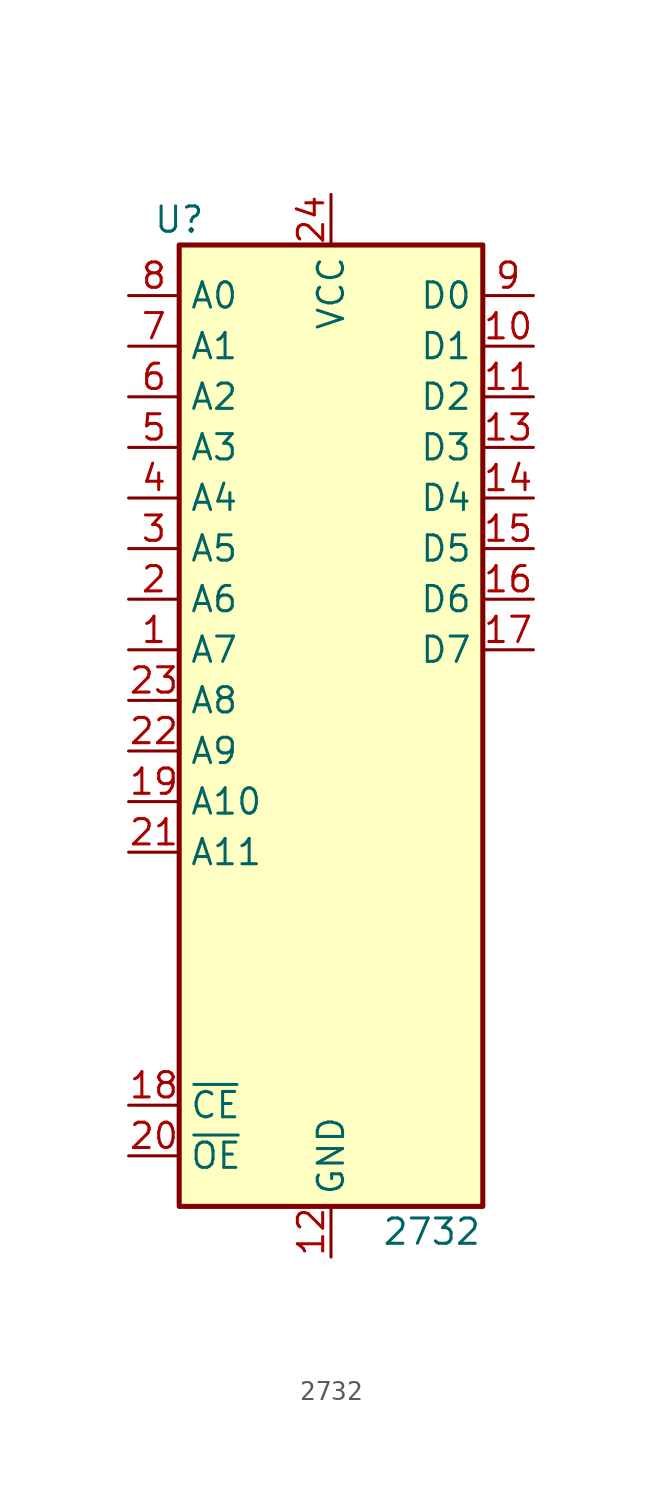
<source format=kicad_sym>
(kicad_symbol_lib
  (version 20220914)
  (generator kicad_symbol_editor)
  (symbol "2732"
    (property "Reference" "U"
      (at -7.62 24.13 0)
      (effects (font (size 1.27 1.27))))
    (property "Value" "2732"
      (at 2.54 -26.67 0)
      (effects (font (size 1.27 1.27)) (justify left)))
    (symbol "2732_1_1"
      (rectangle (start -7.62 22.86) (end 7.62 -25.4) (stroke (width 0.254) (type default)) (fill (type background)))
      (pin input line (at -10.16 2.54 0) (length 2.54) (name "A7" (effects (font (size 1.27 1.27)))) (number "1" (effects (font (size 1.27 1.27)))))
      (pin tri_state line (at 10.16 17.78 180) (length 2.54) (name "D1" (effects (font (size 1.27 1.27)))) (number "10" (effects (font (size 1.27 1.27)))))
      (pin tri_state line (at 10.16 15.24 180) (length 2.54) (name "D2" (effects (font (size 1.27 1.27)))) (number "11" (effects (font (size 1.27 1.27)))))
      (pin power_in line (at 0 -27.94 90) (length 2.54) (name "GND" (effects (font (size 1.27 1.27)))) (number "12" (effects (font (size 1.27 1.27)))))
      (pin tri_state line (at 10.16 12.7 180) (length 2.54) (name "D3" (effects (font (size 1.27 1.27)))) (number "13" (effects (font (size 1.27 1.27)))))
      (pin tri_state line (at 10.16 10.16 180) (length 2.54) (name "D4" (effects (font (size 1.27 1.27)))) (number "14" (effects (font (size 1.27 1.27)))))
      (pin tri_state line (at 10.16 7.62 180) (length 2.54) (name "D5" (effects (font (size 1.27 1.27)))) (number "15" (effects (font (size 1.27 1.27)))))
      (pin tri_state line (at 10.16 5.08 180) (length 2.54) (name "D6" (effects (font (size 1.27 1.27)))) (number "16" (effects (font (size 1.27 1.27)))))
      (pin tri_state line (at 10.16 2.54 180) (length 2.54) (name "D7" (effects (font (size 1.27 1.27)))) (number "17" (effects (font (size 1.27 1.27)))))
      (pin input line (at -10.16 -20.32 0) (length 2.54) (name "~{CE}" (effects (font (size 1.27 1.27)))) (number "18" (effects (font (size 1.27 1.27)))))
      (pin input line (at -10.16 -5.08 0) (length 2.54) (name "A10" (effects (font (size 1.27 1.27)))) (number "19" (effects (font (size 1.27 1.27)))))
      (pin input line (at -10.16 5.08 0) (length 2.54) (name "A6" (effects (font (size 1.27 1.27)))) (number "2" (effects (font (size 1.27 1.27)))))
      (pin input line (at -10.16 -22.86 0) (length 2.54) (name "~{OE}" (effects (font (size 1.27 1.27)))) (number "20" (effects (font (size 1.27 1.27)))))
      (pin input line (at -10.16 -7.62 0) (length 2.54) (name "A11" (effects (font (size 1.27 1.27)))) (number "21" (effects (font (size 1.27 1.27)))))
      (pin input line (at -10.16 -2.54 0) (length 2.54) (name "A9" (effects (font (size 1.27 1.27)))) (number "22" (effects (font (size 1.27 1.27)))))
      (pin input line (at -10.16 0 0) (length 2.54) (name "A8" (effects (font (size 1.27 1.27)))) (number "23" (effects (font (size 1.27 1.27)))))
      (pin power_in line (at 0 25.4 270) (length 2.54) (name "VCC" (effects (font (size 1.27 1.27)))) (number "24" (effects (font (size 1.27 1.27)))))
      (pin no_connect line (at 7.62 0 180) (length 2.54) hide (name "NC" (effects (font (size 1.27 1.27)))) (number "26" (effects (font (size 1.27 1.27)))))
      (pin input line (at -10.16 7.62 0) (length 2.54) (name "A5" (effects (font (size 1.27 1.27)))) (number "3" (effects (font (size 1.27 1.27)))))
      (pin input line (at -10.16 10.16 0) (length 2.54) (name "A4" (effects (font (size 1.27 1.27)))) (number "4" (effects (font (size 1.27 1.27)))))
      (pin input line (at -10.16 12.7 0) (length 2.54) (name "A3" (effects (font (size 1.27 1.27)))) (number "5" (effects (font (size 1.27 1.27)))))
      (pin input line (at -10.16 15.24 0) (length 2.54) (name "A2" (effects (font (size 1.27 1.27)))) (number "6" (effects (font (size 1.27 1.27)))))
      (pin input line (at -10.16 17.78 0) (length 2.54) (name "A1" (effects (font (size 1.27 1.27)))) (number "7" (effects (font (size 1.27 1.27)))))
      (pin input line (at -10.16 20.32 0) (length 2.54) (name "A0" (effects (font (size 1.27 1.27)))) (number "8" (effects (font (size 1.27 1.27)))))
      (pin tri_state line (at 10.16 20.32 180) (length 2.54) (name "D0" (effects (font (size 1.27 1.27)))) (number "9" (effects (font (size 1.27 1.27))))))))
</source>
